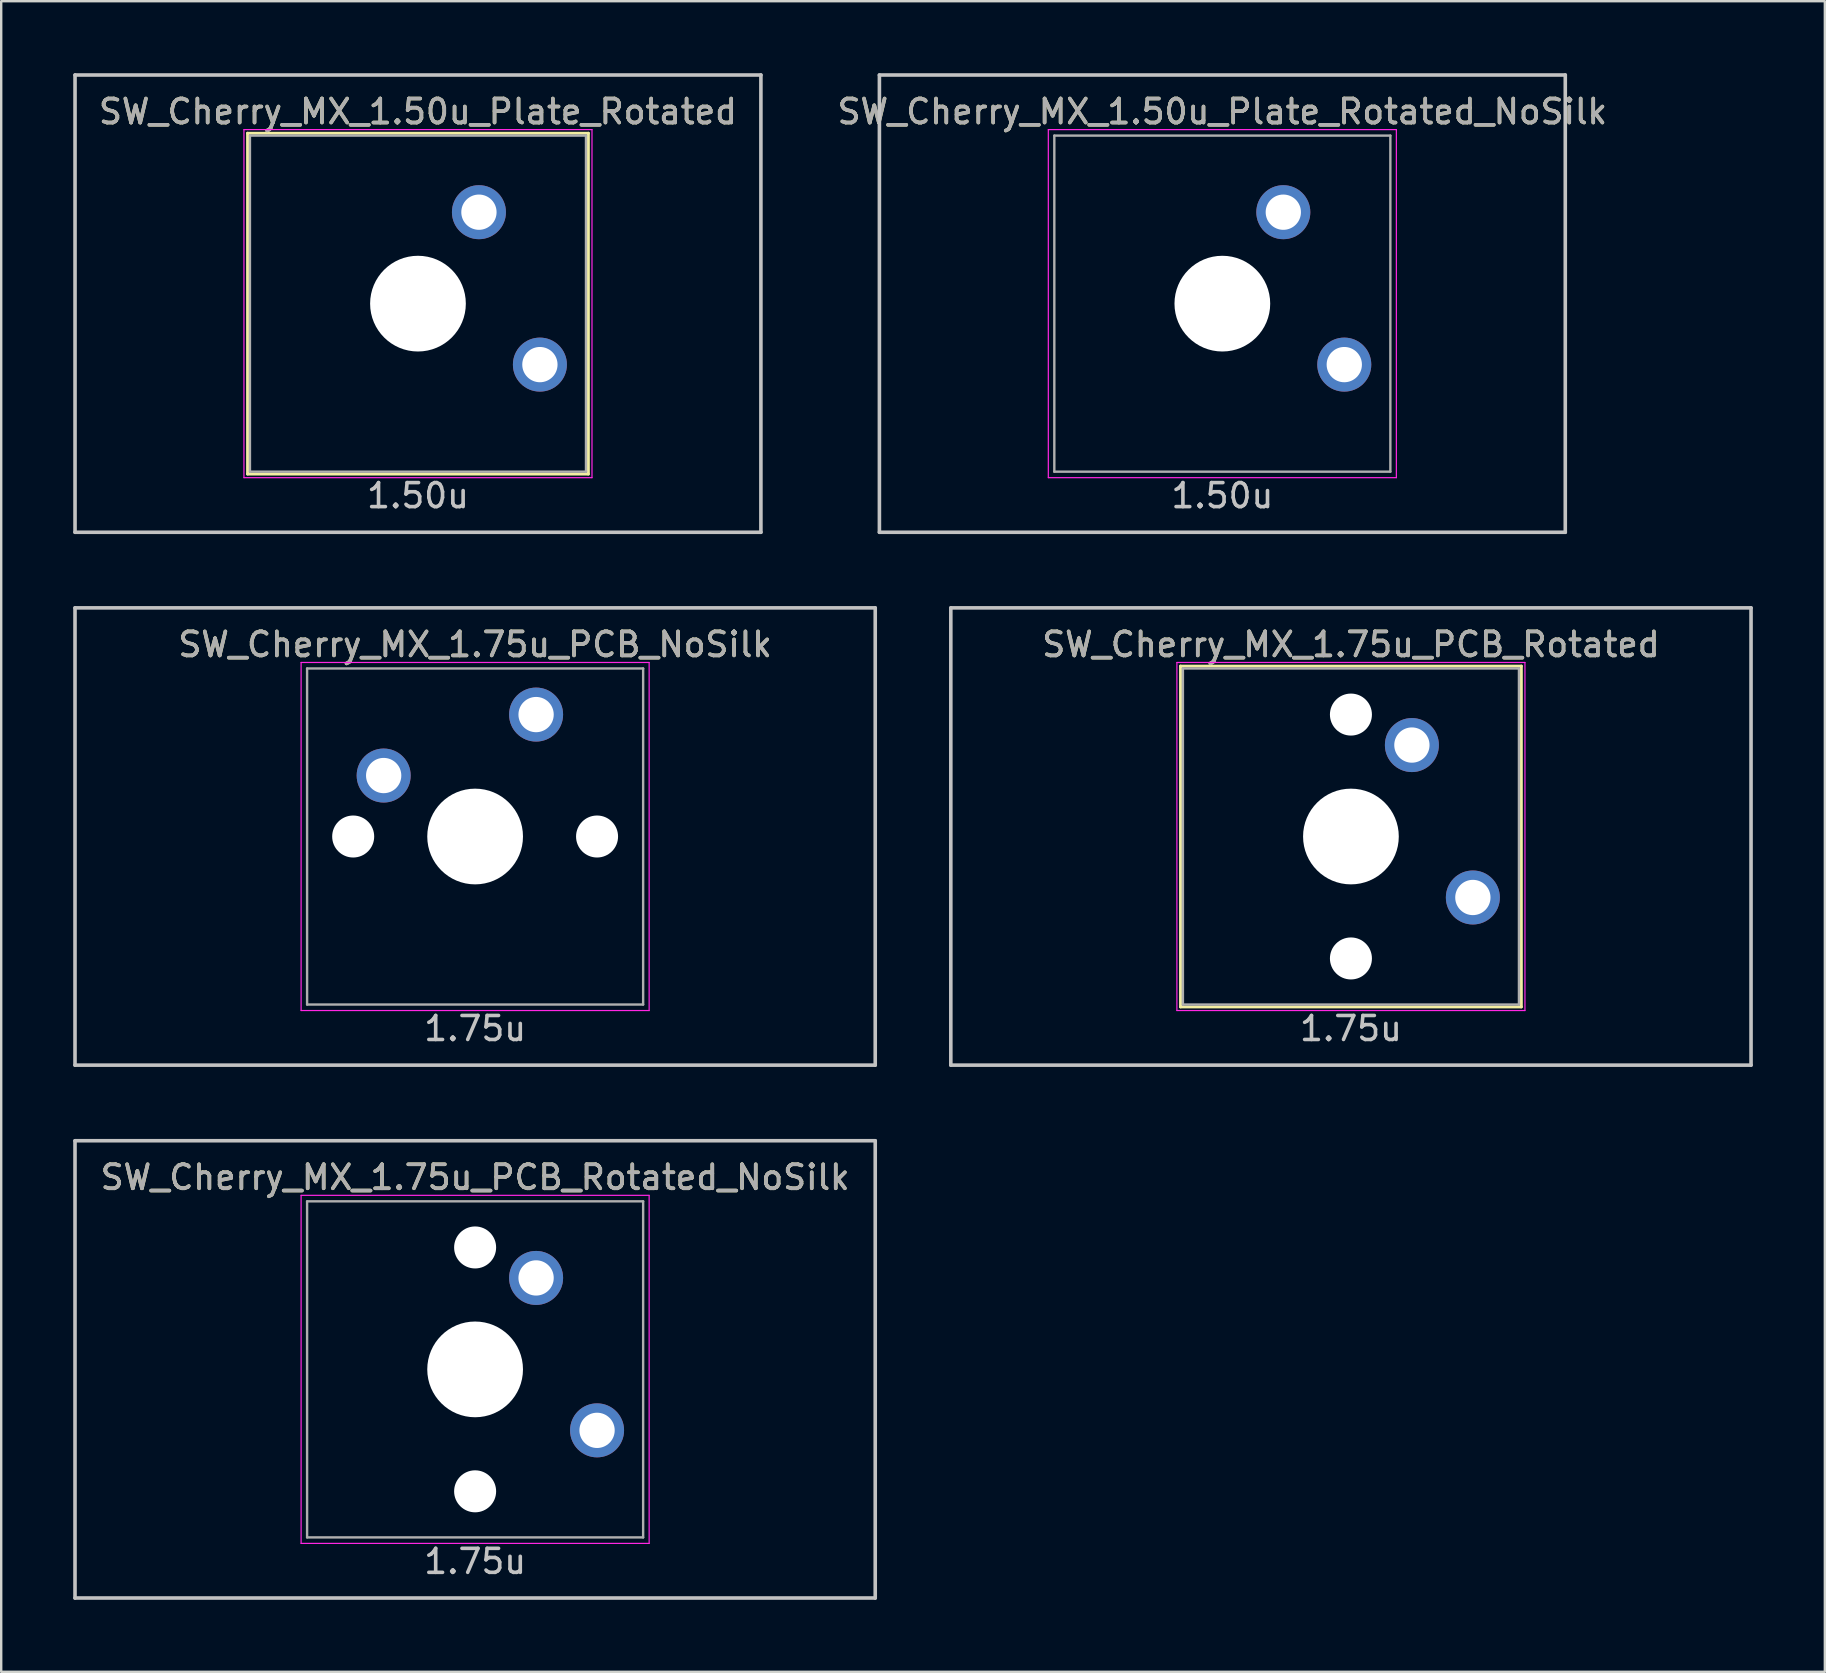
<source format=kicad_pcb>
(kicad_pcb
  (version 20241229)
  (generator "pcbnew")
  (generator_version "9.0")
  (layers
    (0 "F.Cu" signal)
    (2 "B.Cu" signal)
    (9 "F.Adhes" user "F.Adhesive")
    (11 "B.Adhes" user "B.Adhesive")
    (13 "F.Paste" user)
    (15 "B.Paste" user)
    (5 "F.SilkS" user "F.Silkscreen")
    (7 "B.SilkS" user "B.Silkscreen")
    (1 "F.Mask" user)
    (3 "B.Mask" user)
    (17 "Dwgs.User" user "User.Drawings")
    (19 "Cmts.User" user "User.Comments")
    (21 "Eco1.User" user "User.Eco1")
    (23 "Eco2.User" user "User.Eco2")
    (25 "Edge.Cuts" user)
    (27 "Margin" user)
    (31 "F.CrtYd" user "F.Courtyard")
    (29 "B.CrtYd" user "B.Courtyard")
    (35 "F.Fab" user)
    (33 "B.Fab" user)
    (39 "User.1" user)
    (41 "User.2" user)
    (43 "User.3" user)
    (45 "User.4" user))
  (footprint "SW_Cherry_MX_1.50u_Plate_Rotated"
    (layer "F.Cu")
    (at 14.363 9.6)
    (property "Reference" "SW_Cherry_MX_1.50u_Plate_Rotated" (at 0 -8 0) (layer "F.SilkS") (effects (font (size 1 1) (thickness 0.15))))
    (attr through_hole)
    (fp_line (start -7.1 -7.1) (end 7.1 -7.1) (stroke (width 0.12) (type solid)) (layer "F.SilkS"))
    (fp_line (start -7.1 7.1) (end -7.1 -7.1) (stroke (width 0.12) (type solid)) (layer "F.SilkS"))
    (fp_line (start 7.1 -7.1) (end 7.1 7.1) (stroke (width 0.12) (type solid)) (layer "F.SilkS"))
    (fp_line (start 7.1 7.1) (end -7.1 7.1) (stroke (width 0.12) (type solid)) (layer "F.SilkS"))
    (fp_line (start -14.287 -9.525) (end -14.287 9.525) (stroke (width 0.15) (type solid)) (layer "Dwgs.User"))
    (fp_line (start -14.287 -9.525) (end 14.287 -9.525) (stroke (width 0.15) (type solid)) (layer "Dwgs.User"))
    (fp_line (start -14.287 9.525) (end 14.287 9.525) (stroke (width 0.15) (type solid)) (layer "Dwgs.User"))
    (fp_line (start 14.287 -9.525) (end 14.287 9.525) (stroke (width 0.15) (type solid)) (layer "Dwgs.User"))
    (fp_line (start -7.25 -7.25) (end 7.25 -7.25) (stroke (width 0.05) (type solid)) (layer "F.CrtYd"))
    (fp_line (start -7.25 7.25) (end -7.25 -7.25) (stroke (width 0.05) (type solid)) (layer "F.CrtYd"))
    (fp_line (start 7.25 -7.25) (end 7.25 7.25) (stroke (width 0.05) (type solid)) (layer "F.CrtYd"))
    (fp_line (start 7.25 7.25) (end -7.25 7.25) (stroke (width 0.05) (type solid)) (layer "F.CrtYd"))
    (fp_line (start -7 -7) (end 7 -7) (stroke (width 0.1) (type solid)) (layer "F.Fab"))
    (fp_line (start -7 7) (end -7 -7) (stroke (width 0.1) (type solid)) (layer "F.Fab"))
    (fp_line (start 7 -7) (end 7 7) (stroke (width 0.1) (type solid)) (layer "F.Fab"))
    (fp_line (start 7 7) (end -7 7) (stroke (width 0.1) (type solid)) (layer "F.Fab"))
    (fp_text user "1.50u" (at 0 8 0) (layer "Dwgs.User") (effects (font (size 1 1) (thickness 0.15))))
    (fp_text user "${REFERENCE}" (at 0 -8 0) (layer "F.Fab") (effects (font (size 1 1) (thickness 0.15))))
    (pad "" np_thru_hole circle (at 0 0 270) (size 3.988 3.988) (drill 3.988) (layers "*.Cu" "*.Mask"))
    (pad "1" thru_hole circle (at 2.54 -3.81 270) (size 2.25 2.25) (drill 1.47) (layers "*.Cu" "B.Mask"))
    (pad "2" thru_hole circle (at 5.08 2.54 270) (size 2.25 2.25) (drill 1.47) (layers "*.Cu" "B.Mask")))
  (footprint "SW_Cherry_MX_1.75u_PCB_Rotated_NoSilk"
    (layer "F.Cu")
    (at 16.744 54)
    (property "Reference" "SW_Cherry_MX_1.75u_PCB_Rotated_NoSilk" (at 0 -8 0) (layer "F.SilkS") (effects (font (size 1 1) (thickness 0.15))))
    (attr through_hole)
    (fp_line (start -16.669 9.525) (end -16.669 -9.525) (stroke (width 0.15) (type solid)) (layer "Dwgs.User"))
    (fp_line (start 16.669 -9.525) (end -16.669 -9.525) (stroke (width 0.15) (type solid)) (layer "Dwgs.User"))
    (fp_line (start 16.669 -9.525) (end 16.669 9.525) (stroke (width 0.15) (type solid)) (layer "Dwgs.User"))
    (fp_line (start 16.669 9.525) (end -16.669 9.525) (stroke (width 0.15) (type solid)) (layer "Dwgs.User"))
    (fp_line (start -7.25 -7.25) (end 7.25 -7.25) (stroke (width 0.05) (type solid)) (layer "F.CrtYd"))
    (fp_line (start -7.25 7.25) (end -7.25 -7.25) (stroke (width 0.05) (type solid)) (layer "F.CrtYd"))
    (fp_line (start 7.25 -7.25) (end 7.25 7.25) (stroke (width 0.05) (type solid)) (layer "F.CrtYd"))
    (fp_line (start 7.25 7.25) (end -7.25 7.25) (stroke (width 0.05) (type solid)) (layer "F.CrtYd"))
    (fp_line (start -7 -7) (end 7 -7) (stroke (width 0.1) (type solid)) (layer "F.Fab"))
    (fp_line (start -7 7) (end -7 -7) (stroke (width 0.1) (type solid)) (layer "F.Fab"))
    (fp_line (start 7 -7) (end 7 7) (stroke (width 0.1) (type solid)) (layer "F.Fab"))
    (fp_line (start 7 7) (end -7 7) (stroke (width 0.1) (type solid)) (layer "F.Fab"))
    (fp_text user "1.75u" (at 0 8 0) (layer "Dwgs.User") (effects (font (size 1 1) (thickness 0.15))))
    (fp_text user "${REFERENCE}" (at 0 -8 0) (layer "F.Fab") (effects (font (size 1 1) (thickness 0.15))))
    (pad "" np_thru_hole circle (at 0 -5.08 318.1) (size 1.75 1.75) (drill 1.75) (layers "*.Cu" "*.Mask"))
    (pad "" np_thru_hole circle (at 0 0 270) (size 3.988 3.988) (drill 3.988) (layers "*.Cu" "*.Mask"))
    (pad "" np_thru_hole circle (at 0 5.08 318.1) (size 1.75 1.75) (drill 1.75) (layers "*.Cu" "*.Mask"))
    (pad "1" thru_hole circle (at 2.54 -3.81 270) (size 2.25 2.25) (drill 1.47) (layers "*.Cu" "B.Mask"))
    (pad "2" thru_hole circle (at 5.08 2.54 270) (size 2.25 2.25) (drill 1.47) (layers "*.Cu" "B.Mask")))
  (footprint "SW_Cherry_MX_1.75u_PCB_NoSilk"
    (layer "F.Cu")
    (at 16.744 31.8)
    (property "Reference" "SW_Cherry_MX_1.75u_PCB_NoSilk" (at 0 -8 0) (layer "F.SilkS") (effects (font (size 1 1) (thickness 0.15))))
    (attr through_hole)
    (fp_line (start -16.669 -9.525) (end 16.669 -9.525) (stroke (width 0.15) (type solid)) (layer "Dwgs.User"))
    (fp_line (start -16.669 9.525) (end -16.669 -9.525) (stroke (width 0.15) (type solid)) (layer "Dwgs.User"))
    (fp_line (start -16.669 9.525) (end 16.669 9.525) (stroke (width 0.15) (type solid)) (layer "Dwgs.User"))
    (fp_line (start 16.669 -9.525) (end 16.669 9.525) (stroke (width 0.15) (type solid)) (layer "Dwgs.User"))
    (fp_line (start -7.25 -7.25) (end 7.25 -7.25) (stroke (width 0.05) (type solid)) (layer "F.CrtYd"))
    (fp_line (start -7.25 7.25) (end -7.25 -7.25) (stroke (width 0.05) (type solid)) (layer "F.CrtYd"))
    (fp_line (start 7.25 -7.25) (end 7.25 7.25) (stroke (width 0.05) (type solid)) (layer "F.CrtYd"))
    (fp_line (start 7.25 7.25) (end -7.25 7.25) (stroke (width 0.05) (type solid)) (layer "F.CrtYd"))
    (fp_line (start -7 -7) (end 7 -7) (stroke (width 0.1) (type solid)) (layer "F.Fab"))
    (fp_line (start -7 7) (end -7 -7) (stroke (width 0.1) (type solid)) (layer "F.Fab"))
    (fp_line (start 7 -7) (end 7 7) (stroke (width 0.1) (type solid)) (layer "F.Fab"))
    (fp_line (start 7 7) (end -7 7) (stroke (width 0.1) (type solid)) (layer "F.Fab"))
    (fp_text user "1.75u" (at 0 8 0) (layer "Dwgs.User") (effects (font (size 1 1) (thickness 0.15))))
    (fp_text user "${REFERENCE}" (at 0 -8 0) (layer "F.Fab") (effects (font (size 1 1) (thickness 0.15))))
    (pad "" np_thru_hole circle (at -5.08 0 48.1) (size 1.75 1.75) (drill 1.75) (layers "*.Cu" "*.Mask"))
    (pad "" np_thru_hole circle (at 0 0) (size 3.988 3.988) (drill 3.988) (layers "*.Cu" "*.Mask"))
    (pad "" np_thru_hole circle (at 5.08 0 48.1) (size 1.75 1.75) (drill 1.75) (layers "*.Cu" "*.Mask"))
    (pad "1" thru_hole circle (at -3.81 -2.54) (size 2.25 2.25) (drill 1.47) (layers "*.Cu" "B.Mask"))
    (pad "2" thru_hole circle (at 2.54 -5.08) (size 2.25 2.25) (drill 1.47) (layers "*.Cu" "B.Mask")))
  (footprint "SW_Cherry_MX_1.50u_Plate_Rotated_NoSilk"
    (layer "F.Cu")
    (at 47.874 9.6)
    (property "Reference" "SW_Cherry_MX_1.50u_Plate_Rotated_NoSilk" (at 0 -8 0) (layer "F.SilkS") (effects (font (size 1 1) (thickness 0.15))))
    (attr through_hole)
    (fp_line (start -14.287 -9.525) (end -14.287 9.525) (stroke (width 0.15) (type solid)) (layer "Dwgs.User"))
    (fp_line (start -14.287 -9.525) (end 14.287 -9.525) (stroke (width 0.15) (type solid)) (layer "Dwgs.User"))
    (fp_line (start -14.287 9.525) (end 14.287 9.525) (stroke (width 0.15) (type solid)) (layer "Dwgs.User"))
    (fp_line (start 14.287 -9.525) (end 14.287 9.525) (stroke (width 0.15) (type solid)) (layer "Dwgs.User"))
    (fp_line (start -7.25 -7.25) (end 7.25 -7.25) (stroke (width 0.05) (type solid)) (layer "F.CrtYd"))
    (fp_line (start -7.25 7.25) (end -7.25 -7.25) (stroke (width 0.05) (type solid)) (layer "F.CrtYd"))
    (fp_line (start 7.25 -7.25) (end 7.25 7.25) (stroke (width 0.05) (type solid)) (layer "F.CrtYd"))
    (fp_line (start 7.25 7.25) (end -7.25 7.25) (stroke (width 0.05) (type solid)) (layer "F.CrtYd"))
    (fp_line (start -7 -7) (end 7 -7) (stroke (width 0.1) (type solid)) (layer "F.Fab"))
    (fp_line (start -7 7) (end -7 -7) (stroke (width 0.1) (type solid)) (layer "F.Fab"))
    (fp_line (start 7 -7) (end 7 7) (stroke (width 0.1) (type solid)) (layer "F.Fab"))
    (fp_line (start 7 7) (end -7 7) (stroke (width 0.1) (type solid)) (layer "F.Fab"))
    (fp_text user "1.50u" (at 0 8 0) (layer "Dwgs.User") (effects (font (size 1 1) (thickness 0.15))))
    (fp_text user "${REFERENCE}" (at 0 -8 0) (layer "F.Fab") (effects (font (size 1 1) (thickness 0.15))))
    (pad "" np_thru_hole circle (at 0 0 270) (size 3.988 3.988) (drill 3.988) (layers "*.Cu" "*.Mask"))
    (pad "1" thru_hole circle (at 2.54 -3.81 270) (size 2.25 2.25) (drill 1.47) (layers "*.Cu" "B.Mask"))
    (pad "2" thru_hole circle (at 5.08 2.54 270) (size 2.25 2.25) (drill 1.47) (layers "*.Cu" "B.Mask")))
  (footprint "SW_Cherry_MX_1.75u_PCB_Rotated"
    (layer "F.Cu")
    (at 53.231 31.8)
    (property "Reference" "SW_Cherry_MX_1.75u_PCB_Rotated" (at 0 -8 0) (layer "F.SilkS") (effects (font (size 1 1) (thickness 0.15))))
    (attr through_hole)
    (fp_line (start -7.1 -7.1) (end 7.1 -7.1) (stroke (width 0.12) (type solid)) (layer "F.SilkS"))
    (fp_line (start -7.1 7.1) (end -7.1 -7.1) (stroke (width 0.12) (type solid)) (layer "F.SilkS"))
    (fp_line (start 7.1 -7.1) (end 7.1 7.1) (stroke (width 0.12) (type solid)) (layer "F.SilkS"))
    (fp_line (start 7.1 7.1) (end -7.1 7.1) (stroke (width 0.12) (type solid)) (layer "F.SilkS"))
    (fp_line (start -16.669 9.525) (end -16.669 -9.525) (stroke (width 0.15) (type solid)) (layer "Dwgs.User"))
    (fp_line (start 16.669 -9.525) (end -16.669 -9.525) (stroke (width 0.15) (type solid)) (layer "Dwgs.User"))
    (fp_line (start 16.669 -9.525) (end 16.669 9.525) (stroke (width 0.15) (type solid)) (layer "Dwgs.User"))
    (fp_line (start 16.669 9.525) (end -16.669 9.525) (stroke (width 0.15) (type solid)) (layer "Dwgs.User"))
    (fp_line (start -7.25 -7.25) (end 7.25 -7.25) (stroke (width 0.05) (type solid)) (layer "F.CrtYd"))
    (fp_line (start -7.25 7.25) (end -7.25 -7.25) (stroke (width 0.05) (type solid)) (layer "F.CrtYd"))
    (fp_line (start 7.25 -7.25) (end 7.25 7.25) (stroke (width 0.05) (type solid)) (layer "F.CrtYd"))
    (fp_line (start 7.25 7.25) (end -7.25 7.25) (stroke (width 0.05) (type solid)) (layer "F.CrtYd"))
    (fp_line (start -7 -7) (end 7 -7) (stroke (width 0.1) (type solid)) (layer "F.Fab"))
    (fp_line (start -7 7) (end -7 -7) (stroke (width 0.1) (type solid)) (layer "F.Fab"))
    (fp_line (start 7 -7) (end 7 7) (stroke (width 0.1) (type solid)) (layer "F.Fab"))
    (fp_line (start 7 7) (end -7 7) (stroke (width 0.1) (type solid)) (layer "F.Fab"))
    (fp_text user "1.75u" (at 0 8 0) (layer "Dwgs.User") (effects (font (size 1 1) (thickness 0.15))))
    (fp_text user "${REFERENCE}" (at 0 -8 0) (layer "F.Fab") (effects (font (size 1 1) (thickness 0.15))))
    (pad "" np_thru_hole circle (at 0 -5.08 318.1) (size 1.75 1.75) (drill 1.75) (layers "*.Cu" "*.Mask"))
    (pad "" np_thru_hole circle (at 0 0 270) (size 3.988 3.988) (drill 3.988) (layers "*.Cu" "*.Mask"))
    (pad "" np_thru_hole circle (at 0 5.08 318.1) (size 1.75 1.75) (drill 1.75) (layers "*.Cu" "*.Mask"))
    (pad "1" thru_hole circle (at 2.54 -3.81 270) (size 2.25 2.25) (drill 1.47) (layers "*.Cu" "B.Mask"))
    (pad "2" thru_hole circle (at 5.08 2.54 270) (size 2.25 2.25) (drill 1.47) (layers "*.Cu" "B.Mask")))
  (gr_rect
    (start -3 -3)
    (end 72.975 66.6)
    (stroke (width 0.1) (type default))
    (fill no)
    (layer "Edge.Cuts")))
</source>
